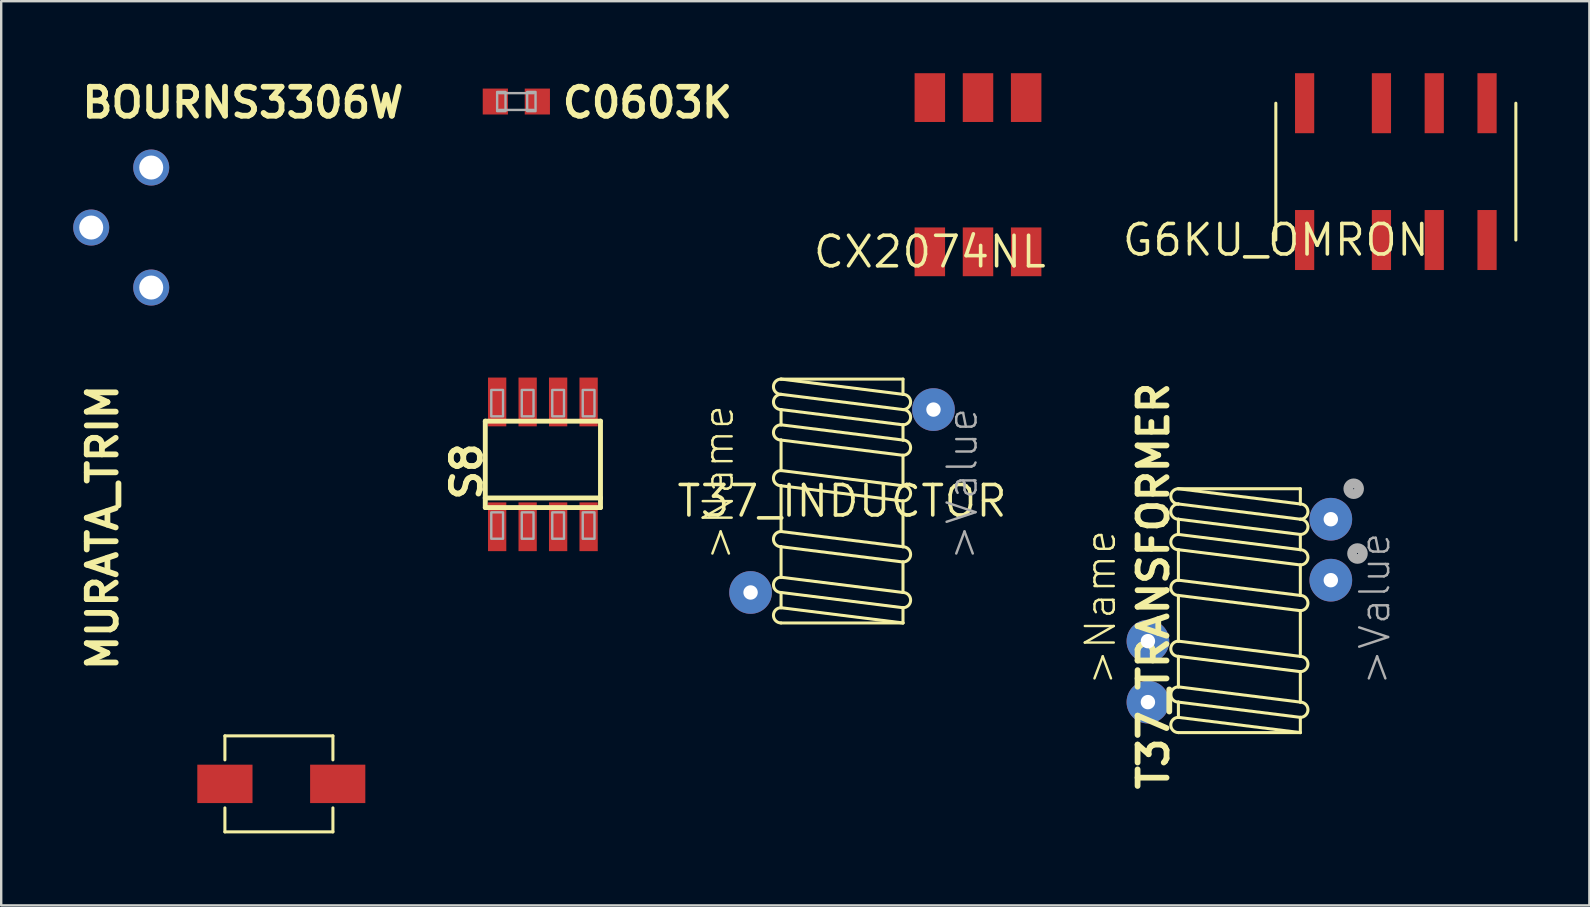
<source format=kicad_pcb>
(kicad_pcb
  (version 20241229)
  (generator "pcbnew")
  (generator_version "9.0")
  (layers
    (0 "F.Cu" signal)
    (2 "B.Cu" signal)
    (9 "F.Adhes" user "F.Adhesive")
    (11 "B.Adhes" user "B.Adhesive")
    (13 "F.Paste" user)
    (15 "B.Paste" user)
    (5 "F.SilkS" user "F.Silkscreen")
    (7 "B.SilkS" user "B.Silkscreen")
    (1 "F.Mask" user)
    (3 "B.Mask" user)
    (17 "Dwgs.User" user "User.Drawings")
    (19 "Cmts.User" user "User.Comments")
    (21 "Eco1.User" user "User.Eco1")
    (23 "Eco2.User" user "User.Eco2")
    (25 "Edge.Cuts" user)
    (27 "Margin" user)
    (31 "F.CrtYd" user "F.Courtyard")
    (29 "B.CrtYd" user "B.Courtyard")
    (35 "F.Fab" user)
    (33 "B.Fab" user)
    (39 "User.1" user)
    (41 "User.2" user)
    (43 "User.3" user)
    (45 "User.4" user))
  (footprint "G6KU_OMRON"
    (layer "F.Cu")
    (at 50.104 6.95)
    (property "Reference" "G6KU_OMRON" (at 0 0 0) (layer "F.SilkS") (effects (font (size 1.27 1.27) (thickness 0.15))))
    (attr through_hole)
    (fp_line (start 0 0) (end 0 -5.7) (stroke (width 0.127) (type solid)) (layer "F.SilkS"))
    (fp_line (start 10 0) (end 10 -5.7) (stroke (width 0.127) (type solid)) (layer "F.SilkS"))
    (pad "1" smd rect (at 1.2 0 180) (size 0.8 2.5) (layers "F.Cu" "F.Mask" "F.Paste"))
    (pad "2" smd rect (at 4.4 0 180) (size 0.8 2.5) (layers "F.Cu" "F.Mask" "F.Paste"))
    (pad "3" smd rect (at 6.6 0 180) (size 0.8 2.5) (layers "F.Cu" "F.Mask" "F.Paste"))
    (pad "4" smd rect (at 8.8 0 180) (size 0.8 2.5) (layers "F.Cu" "F.Mask" "F.Paste"))
    (pad "5" smd rect (at 8.8 -5.7 180) (size 0.8 2.5) (layers "F.Cu" "F.Mask" "F.Paste"))
    (pad "6" smd rect (at 6.6 -5.7 180) (size 0.8 2.5) (layers "F.Cu" "F.Mask" "F.Paste"))
    (pad "7" smd rect (at 4.4 -5.7 180) (size 0.8 2.5) (layers "F.Cu" "F.Mask" "F.Paste"))
    (pad "8" smd rect (at 1.2 -5.7 180) (size 0.8 2.5) (layers "F.Cu" "F.Mask" "F.Paste")))
  (footprint "S8"
    (layer "F.Cu")
    (at 19.568 16.296)
    (property "Reference" "S8" (at -2.467 1.605 270) (layer "F.SilkS") (effects (font (size 1.206 1.206) (thickness 0.241)) (justify left bottom)))
    (attr through_hole)
    (fp_line (start -2.4 -1.8) (end 2.4 -1.8) (stroke (width 0.203) (type solid)) (layer "F.SilkS"))
    (fp_line (start -2.4 1.4) (end -2.4 -1.8) (stroke (width 0.203) (type solid)) (layer "F.SilkS"))
    (fp_line (start -2.4 1.8) (end -2.4 1.4) (stroke (width 0.203) (type solid)) (layer "F.SilkS"))
    (fp_line (start 2.4 -1.8) (end 2.4 1.4) (stroke (width 0.203) (type solid)) (layer "F.SilkS"))
    (fp_line (start 2.4 1.4) (end -2.4 1.4) (stroke (width 0.203) (type solid)) (layer "F.SilkS"))
    (fp_line (start 2.4 1.4) (end 2.4 1.8) (stroke (width 0.203) (type solid)) (layer "F.SilkS"))
    (fp_line (start 2.4 1.8) (end -2.4 1.8) (stroke (width 0.203) (type solid)) (layer "F.SilkS"))
    (fp_poly (pts (xy -2.15 -2) (xy -1.66 -2) (xy -1.66 -3.1) (xy -2.15 -3.1)) (stroke (width 0.1) (type solid)) (fill no) (layer "F.Fab"))
    (fp_poly (pts (xy -2.15 3.1) (xy -1.66 3.1) (xy -1.66 2) (xy -2.15 2)) (stroke (width 0.1) (type solid)) (fill no) (layer "F.Fab"))
    (fp_poly (pts (xy -0.88 -2) (xy -0.39 -2) (xy -0.39 -3.1) (xy -0.88 -3.1)) (stroke (width 0.1) (type solid)) (fill no) (layer "F.Fab"))
    (fp_poly (pts (xy -0.88 3.1) (xy -0.39 3.1) (xy -0.39 2) (xy -0.88 2)) (stroke (width 0.1) (type solid)) (fill no) (layer "F.Fab"))
    (fp_poly (pts (xy 0.39 -2) (xy 0.88 -2) (xy 0.88 -3.1) (xy 0.39 -3.1)) (stroke (width 0.1) (type solid)) (fill no) (layer "F.Fab"))
    (fp_poly (pts (xy 0.39 3.1) (xy 0.88 3.1) (xy 0.88 2) (xy 0.39 2)) (stroke (width 0.1) (type solid)) (fill no) (layer "F.Fab"))
    (fp_poly (pts (xy 1.66 -2) (xy 2.15 -2) (xy 2.15 -3.1) (xy 1.66 -3.1)) (stroke (width 0.1) (type solid)) (fill no) (layer "F.Fab"))
    (fp_poly (pts (xy 1.66 3.1) (xy 2.15 3.1) (xy 2.15 2) (xy 1.66 2)) (stroke (width 0.1) (type solid)) (fill no) (layer "F.Fab"))
    (pad "1" smd rect (at -1.905 2.6) (size 0.762 2.032) (layers "F.Cu" "F.Mask" "F.Paste"))
    (pad "2" smd rect (at -0.635 2.6) (size 0.762 2.032) (layers "F.Cu" "F.Mask" "F.Paste"))
    (pad "3" smd rect (at 0.635 2.6) (size 0.762 2.032) (layers "F.Cu" "F.Mask" "F.Paste"))
    (pad "4" smd rect (at 1.905 2.6) (size 0.762 2.032) (layers "F.Cu" "F.Mask" "F.Paste"))
    (pad "5" smd rect (at 1.905 -2.6) (size 0.762 2.032) (layers "F.Cu" "F.Mask" "F.Paste"))
    (pad "6" smd rect (at 0.635 -2.6) (size 0.762 2.032) (layers "F.Cu" "F.Mask" "F.Paste"))
    (pad "7" smd rect (at -0.635 -2.6) (size 0.762 2.032) (layers "F.Cu" "F.Mask" "F.Paste"))
    (pad "8" smd rect (at -1.905 -2.6) (size 0.762 2.032) (layers "F.Cu" "F.Mask" "F.Paste")))
  (footprint "MURATA_TRIM"
    (layer "F.Cu")
    (at 6.32 29.608)
    (property "Reference" "MURATA_TRIM" (at -4.39 -4.61 90) (layer "F.SilkS") (effects (font (size 1.206 1.206) (thickness 0.241)) (justify left bottom)))
    (attr through_hole)
    (fp_line (start 0 -2) (end 0 -1) (stroke (width 0.127) (type solid)) (layer "F.SilkS"))
    (fp_line (start 0 2) (end 0 1) (stroke (width 0.127) (type solid)) (layer "F.SilkS"))
    (fp_line (start 4.5 -2) (end 0 -2) (stroke (width 0.127) (type solid)) (layer "F.SilkS"))
    (fp_line (start 4.5 -2) (end 4.5 -1) (stroke (width 0.127) (type solid)) (layer "F.SilkS"))
    (fp_line (start 4.5 1) (end 4.5 2) (stroke (width 0.127) (type solid)) (layer "F.SilkS"))
    (fp_line (start 4.5 2) (end 0 2) (stroke (width 0.127) (type solid)) (layer "F.SilkS"))
    (pad "P$1" smd rect (at 0 0 90) (size 1.6 2.3) (layers "F.Cu" "F.Mask" "F.Paste"))
    (pad "P$2" smd rect (at 4.7 0 90) (size 1.6 2.3) (layers "F.Cu" "F.Mask" "F.Paste")))
  (footprint "T37_INDUCTOR"
    (layer "F.Cu")
    (at 32.031 17.824)
    (property "Reference" "T37_INDUCTOR" (at 0 0 0) (layer "F.SilkS") (effects (font (size 1.27 1.27) (thickness 0.15))))
    (attr through_hole)
    (fp_line (start -2.54 -5.08) (end 2.54 -4.445) (stroke (width 0.127) (type solid)) (layer "F.SilkS"))
    (fp_line (start -2.54 -4.445) (end 2.54 -3.81) (stroke (width 0.127) (type solid)) (layer "F.SilkS"))
    (fp_line (start -2.54 -3.81) (end -2.54 -3.175) (stroke (width 0.127) (type solid)) (layer "F.SilkS"))
    (fp_line (start -2.54 -3.81) (end 2.54 -3.175) (stroke (width 0.127) (type solid)) (layer "F.SilkS"))
    (fp_line (start -2.54 -3.175) (end 2.54 -2.54) (stroke (width 0.127) (type solid)) (layer "F.SilkS"))
    (fp_line (start -2.54 -2.54) (end -2.54 -1.27) (stroke (width 0.127) (type solid)) (layer "F.SilkS"))
    (fp_line (start -2.54 -2.54) (end 2.54 -1.905) (stroke (width 0.127) (type solid)) (layer "F.SilkS"))
    (fp_line (start -2.54 -1.27) (end 2.54 -0.635) (stroke (width 0.127) (type solid)) (layer "F.SilkS"))
    (fp_line (start -2.54 -0.635) (end -2.54 1.27) (stroke (width 0.127) (type solid)) (layer "F.SilkS"))
    (fp_line (start -2.54 -0.635) (end 2.54 0) (stroke (width 0.127) (type solid)) (layer "F.SilkS"))
    (fp_line (start -2.54 1.27) (end 2.54 1.905) (stroke (width 0.127) (type solid)) (layer "F.SilkS"))
    (fp_line (start -2.54 1.905) (end -2.54 3.175) (stroke (width 0.127) (type solid)) (layer "F.SilkS"))
    (fp_line (start -2.54 1.905) (end 2.54 2.54) (stroke (width 0.127) (type solid)) (layer "F.SilkS"))
    (fp_line (start -2.54 3.175) (end 2.54 3.81) (stroke (width 0.127) (type solid)) (layer "F.SilkS"))
    (fp_line (start -2.54 3.81) (end -2.54 4.445) (stroke (width 0.127) (type solid)) (layer "F.SilkS"))
    (fp_line (start -2.54 3.81) (end 2.54 4.445) (stroke (width 0.127) (type solid)) (layer "F.SilkS"))
    (fp_line (start -2.54 4.445) (end 2.54 5.08) (stroke (width 0.127) (type solid)) (layer "F.SilkS"))
    (fp_line (start -2.54 5.08) (end 2.54 5.08) (stroke (width 0.127) (type solid)) (layer "F.SilkS"))
    (fp_line (start 2.54 -5.08) (end -2.54 -5.08) (stroke (width 0.127) (type solid)) (layer "F.SilkS"))
    (fp_line (start 2.54 -4.445) (end 2.54 -5.08) (stroke (width 0.127) (type solid)) (layer "F.SilkS"))
    (fp_line (start 2.54 -2.54) (end 2.54 -3.175) (stroke (width 0.127) (type solid)) (layer "F.SilkS"))
    (fp_line (start 2.54 -0.635) (end 2.54 -1.905) (stroke (width 0.127) (type solid)) (layer "F.SilkS"))
    (fp_line (start 2.54 1.905) (end 2.54 0) (stroke (width 0.127) (type solid)) (layer "F.SilkS"))
    (fp_line (start 2.54 3.81) (end 2.54 2.54) (stroke (width 0.127) (type solid)) (layer "F.SilkS"))
    (fp_line (start 2.54 5.08) (end 2.54 4.445) (stroke (width 0.127) (type solid)) (layer "F.SilkS"))
    (fp_arc (start -2.54 -4.445) (mid -2.8575 -4.7625) (end -2.54 -5.08) (stroke (width 0.127) (type solid)) (layer "F.SilkS"))
    (fp_arc (start -2.54 -3.81) (mid -2.8575 -4.1275) (end -2.54 -4.445) (stroke (width 0.127) (type solid)) (layer "F.SilkS"))
    (fp_arc (start -2.54 -2.54) (mid -2.8575 -2.8575) (end -2.54 -3.175) (stroke (width 0.127) (type solid)) (layer "F.SilkS"))
    (fp_arc (start -2.54 -0.635) (mid -2.8575 -0.9525) (end -2.54 -1.27) (stroke (width 0.127) (type solid)) (layer "F.SilkS"))
    (fp_arc (start -2.54 1.905) (mid -2.8575 1.5875) (end -2.54 1.27) (stroke (width 0.127) (type solid)) (layer "F.SilkS"))
    (fp_arc (start -2.54 3.81) (mid -2.8575 3.4925) (end -2.54 3.175) (stroke (width 0.127) (type solid)) (layer "F.SilkS"))
    (fp_arc (start -2.54 5.08) (mid -2.8575 4.7625) (end -2.54 4.445) (stroke (width 0.127) (type solid)) (layer "F.SilkS"))
    (fp_arc (start 2.54 -4.445) (mid 2.8575 -4.1275) (end 2.54 -3.81) (stroke (width 0.127) (type solid)) (layer "F.SilkS"))
    (fp_arc (start 2.54 -3.81) (mid 2.8575 -3.4925) (end 2.54 -3.175) (stroke (width 0.127) (type solid)) (layer "F.SilkS"))
    (fp_arc (start 2.54 -2.54) (mid 2.8575 -2.2225) (end 2.54 -1.905) (stroke (width 0.127) (type solid)) (layer "F.SilkS"))
    (fp_arc (start 2.54 -0.635) (mid 2.8575 -0.3175) (end 2.54 0) (stroke (width 0.127) (type solid)) (layer "F.SilkS"))
    (fp_arc (start 2.54 1.905) (mid 2.8575 2.2225) (end 2.54 2.54) (stroke (width 0.127) (type solid)) (layer "F.SilkS"))
    (fp_arc (start 2.54 3.81) (mid 2.8575 4.1275) (end 2.54 4.445) (stroke (width 0.127) (type solid)) (layer "F.SilkS"))
    (fp_text user ">Name" (at -4.445 2.54 90) (layer "F.SilkS") (effects (font (size 1.206 1.206) (thickness 0.102)) (justify left bottom)))
    (fp_text user ">Value" (at 5.715 2.54 90) (layer "F.Fab") (effects (font (size 1.206 1.206) (thickness 0.102)) (justify left bottom)))
    (pad "CA" thru_hole circle (at -3.81 3.81) (size 1.778 1.778) (drill 0.6) (layers "*.Cu" "*.Mask"))
    (pad "CB" thru_hole circle (at 3.81 -3.81) (size 1.778 1.778) (drill 0.6) (layers "*.Cu" "*.Mask")))
  (footprint "CX2074NL"
    (layer "F.Cu")
    (at 35.689 7.442)
    (property "Reference" "CX2074NL" (at 0 0 0) (layer "F.SilkS") (effects (font (size 1.27 1.27) (thickness 0.15))))
    (attr through_hole)
    (pad "1" smd rect (at 0 0 90) (size 2.032 1.27) (layers "F.Cu" "F.Mask" "F.Paste"))
    (pad "2" smd rect (at 2.007 0 90) (size 2.032 1.27) (layers "F.Cu" "F.Mask" "F.Paste"))
    (pad "3" smd rect (at 4.013 0 90) (size 2.032 1.27) (layers "F.Cu" "F.Mask" "F.Paste"))
    (pad "4" smd rect (at 4.013 -6.426 90) (size 2.032 1.27) (layers "F.Cu" "F.Mask" "F.Paste"))
    (pad "5" smd rect (at 2.007 -6.426 90) (size 2.032 1.27) (layers "F.Cu" "F.Mask" "F.Paste"))
    (pad "6" smd rect (at 0 -6.426 90) (size 2.032 1.27) (layers "F.Cu" "F.Mask" "F.Paste")))
  (footprint "C0603K"
    (layer "F.Cu")
    (at 18.462 1.18)
    (property "Reference" "C0603K" (at 1.8 0.75 180) (layer "F.SilkS") (effects (font (size 1.206 1.206) (thickness 0.241)) (justify left bottom)))
    (attr through_hole)
    (fp_line (start -0.725 -0.35) (end 0.725 -0.35) (stroke (width 0.102) (type solid)) (layer "F.Fab"))
    (fp_line (start 0.725 0.35) (end -0.725 0.35) (stroke (width 0.102) (type solid)) (layer "F.Fab"))
    (fp_poly (pts (xy -0.8 0.4) (xy -0.45 0.4) (xy -0.45 -0.4) (xy -0.8 -0.4)) (stroke (width 0.1) (type solid)) (fill no) (layer "F.Fab"))
    (fp_poly (pts (xy 0.45 0.4) (xy 0.8 0.4) (xy 0.8 -0.4) (xy 0.45 -0.4)) (stroke (width 0.1) (type solid)) (fill no) (layer "F.Fab"))
    (pad "1" smd rect (at -0.875 0) (size 1.05 1.08) (layers "F.Cu" "F.Mask" "F.Paste"))
    (pad "2" smd rect (at 0.875 0) (size 1.05 1.08) (layers "F.Cu" "F.Mask" "F.Paste")))
  (footprint "BOURNS3306W"
    (layer "F.Cu")
    (at 3.25 8.93)
    (property "Reference" "BOURNS3306W" (at -3 -7 0) (layer "F.SilkS") (effects (font (size 1.206 1.206) (thickness 0.241)) (justify left bottom)))
    (attr through_hole)
    (pad "1" thru_hole circle (at 0 0) (size 1.5 1.5) (drill 1) (layers "*.Cu" "*.Mask"))
    (pad "2" thru_hole circle (at -2.5 -2.5) (size 1.5 1.5) (drill 1) (layers "*.Cu" "*.Mask"))
    (pad "3" thru_hole circle (at 0 -5) (size 1.5 1.5) (drill 1) (layers "*.Cu" "*.Mask")))
  (footprint "T37_TRANSFORMER"
    (layer "F.Cu")
    (at 48.585 22.392)
    (property "Reference" "T37_TRANSFORMER" (at -3.58 -1.025 90) (layer "F.SilkS") (effects (font (size 1.206 1.206) (thickness 0.241))))
    (attr through_hole)
    (fp_line (start -2.54 -5.08) (end 2.54 -4.445) (stroke (width 0.127) (type solid)) (layer "F.SilkS"))
    (fp_line (start -2.54 -4.445) (end 2.54 -3.81) (stroke (width 0.127) (type solid)) (layer "F.SilkS"))
    (fp_line (start -2.54 -3.81) (end -2.54 -3.175) (stroke (width 0.127) (type solid)) (layer "F.SilkS"))
    (fp_line (start -2.54 -3.81) (end 2.54 -3.175) (stroke (width 0.127) (type solid)) (layer "F.SilkS"))
    (fp_line (start -2.54 -3.175) (end 2.54 -2.54) (stroke (width 0.127) (type solid)) (layer "F.SilkS"))
    (fp_line (start -2.54 -2.54) (end -2.54 -1.27) (stroke (width 0.127) (type solid)) (layer "F.SilkS"))
    (fp_line (start -2.54 -2.54) (end 2.54 -1.905) (stroke (width 0.127) (type solid)) (layer "F.SilkS"))
    (fp_line (start -2.54 -1.27) (end 2.54 -0.635) (stroke (width 0.127) (type solid)) (layer "F.SilkS"))
    (fp_line (start -2.54 -0.635) (end -2.54 1.27) (stroke (width 0.127) (type solid)) (layer "F.SilkS"))
    (fp_line (start -2.54 -0.635) (end 2.54 0) (stroke (width 0.127) (type solid)) (layer "F.SilkS"))
    (fp_line (start -2.54 1.27) (end 2.54 1.905) (stroke (width 0.127) (type solid)) (layer "F.SilkS"))
    (fp_line (start -2.54 1.905) (end -2.54 3.175) (stroke (width 0.127) (type solid)) (layer "F.SilkS"))
    (fp_line (start -2.54 1.905) (end 2.54 2.54) (stroke (width 0.127) (type solid)) (layer "F.SilkS"))
    (fp_line (start -2.54 3.175) (end 2.54 3.81) (stroke (width 0.127) (type solid)) (layer "F.SilkS"))
    (fp_line (start -2.54 3.81) (end -2.54 4.445) (stroke (width 0.127) (type solid)) (layer "F.SilkS"))
    (fp_line (start -2.54 3.81) (end 2.54 4.445) (stroke (width 0.127) (type solid)) (layer "F.SilkS"))
    (fp_line (start -2.54 4.445) (end 2.54 5.08) (stroke (width 0.127) (type solid)) (layer "F.SilkS"))
    (fp_line (start -2.54 5.08) (end 2.54 5.08) (stroke (width 0.127) (type solid)) (layer "F.SilkS"))
    (fp_line (start 2.54 -5.08) (end -2.54 -5.08) (stroke (width 0.127) (type solid)) (layer "F.SilkS"))
    (fp_line (start 2.54 -4.445) (end 2.54 -5.08) (stroke (width 0.127) (type solid)) (layer "F.SilkS"))
    (fp_line (start 2.54 -2.54) (end 2.54 -3.175) (stroke (width 0.127) (type solid)) (layer "F.SilkS"))
    (fp_line (start 2.54 -0.635) (end 2.54 -1.905) (stroke (width 0.127) (type solid)) (layer "F.SilkS"))
    (fp_line (start 2.54 1.905) (end 2.54 0) (stroke (width 0.127) (type solid)) (layer "F.SilkS"))
    (fp_line (start 2.54 3.81) (end 2.54 2.54) (stroke (width 0.127) (type solid)) (layer "F.SilkS"))
    (fp_line (start 2.54 5.08) (end 2.54 4.445) (stroke (width 0.127) (type solid)) (layer "F.SilkS"))
    (fp_arc (start -2.54 -4.445) (mid -2.8575 -4.7625) (end -2.54 -5.08) (stroke (width 0.127) (type solid)) (layer "F.SilkS"))
    (fp_arc (start -2.54 -3.81) (mid -2.8575 -4.1275) (end -2.54 -4.445) (stroke (width 0.127) (type solid)) (layer "F.SilkS"))
    (fp_arc (start -2.54 -2.54) (mid -2.8575 -2.8575) (end -2.54 -3.175) (stroke (width 0.127) (type solid)) (layer "F.SilkS"))
    (fp_arc (start -2.54 -0.635) (mid -2.8575 -0.9525) (end -2.54 -1.27) (stroke (width 0.127) (type solid)) (layer "F.SilkS"))
    (fp_arc (start -2.54 1.905) (mid -2.8575 1.5875) (end -2.54 1.27) (stroke (width 0.127) (type solid)) (layer "F.SilkS"))
    (fp_arc (start -2.54 3.81) (mid -2.8575 3.4925) (end -2.54 3.175) (stroke (width 0.127) (type solid)) (layer "F.SilkS"))
    (fp_arc (start -2.54 5.08) (mid -2.8575 4.7625) (end -2.54 4.445) (stroke (width 0.127) (type solid)) (layer "F.SilkS"))
    (fp_arc (start 2.54 -4.445) (mid 2.8575 -4.1275) (end 2.54 -3.81) (stroke (width 0.127) (type solid)) (layer "F.SilkS"))
    (fp_arc (start 2.54 -3.81) (mid 2.8575 -3.4925) (end 2.54 -3.175) (stroke (width 0.127) (type solid)) (layer "F.SilkS"))
    (fp_arc (start 2.54 -2.54) (mid 2.8575 -2.2225) (end 2.54 -1.905) (stroke (width 0.127) (type solid)) (layer "F.SilkS"))
    (fp_arc (start 2.54 -0.635) (mid 2.8575 -0.3175) (end 2.54 0) (stroke (width 0.127) (type solid)) (layer "F.SilkS"))
    (fp_arc (start 2.54 1.905) (mid 2.8575 2.2225) (end 2.54 2.54) (stroke (width 0.127) (type solid)) (layer "F.SilkS"))
    (fp_arc (start 2.54 3.81) (mid 2.8575 4.1275) (end 2.54 4.445) (stroke (width 0.127) (type solid)) (layer "F.SilkS"))
    (fp_circle (center 4.763 -5.08) (end 4.987 -5.08) (stroke (width 0.406) (type solid)) (fill no) (layer "F.Fab"))
    (fp_circle (center 4.921 -2.381) (end 5.146 -2.381) (stroke (width 0.406) (type solid)) (fill no) (layer "F.Fab"))
    (fp_text user ">Name" (at -5.08 3.175 90) (layer "F.SilkS") (effects (font (size 1.206 1.206) (thickness 0.102)) (justify left bottom)))
    (fp_text user ">Value" (at 6.35 3.175 90) (layer "F.Fab") (effects (font (size 1.206 1.206) (thickness 0.102)) (justify left bottom)))
    (pad "C1A" thru_hole circle (at -3.81 1.27) (size 1.778 1.778) (drill 0.6) (layers "*.Cu" "*.Mask"))
    (pad "C1B" thru_hole circle (at 3.81 -3.81) (size 1.778 1.778) (drill 0.6) (layers "*.Cu" "*.Mask"))
    (pad "C2A" thru_hole circle (at -3.81 3.81) (size 1.778 1.778) (drill 0.6) (layers "*.Cu" "*.Mask"))
    (pad "C2B" thru_hole circle (at 3.81 -1.27) (size 1.778 1.778) (drill 0.6) (layers "*.Cu" "*.Mask")))
  (gr_rect
    (start -3 -3)
    (end 63.167 34.672)
    (stroke (width 0.1) (type default))
    (fill no)
    (layer "Edge.Cuts")))
</source>
